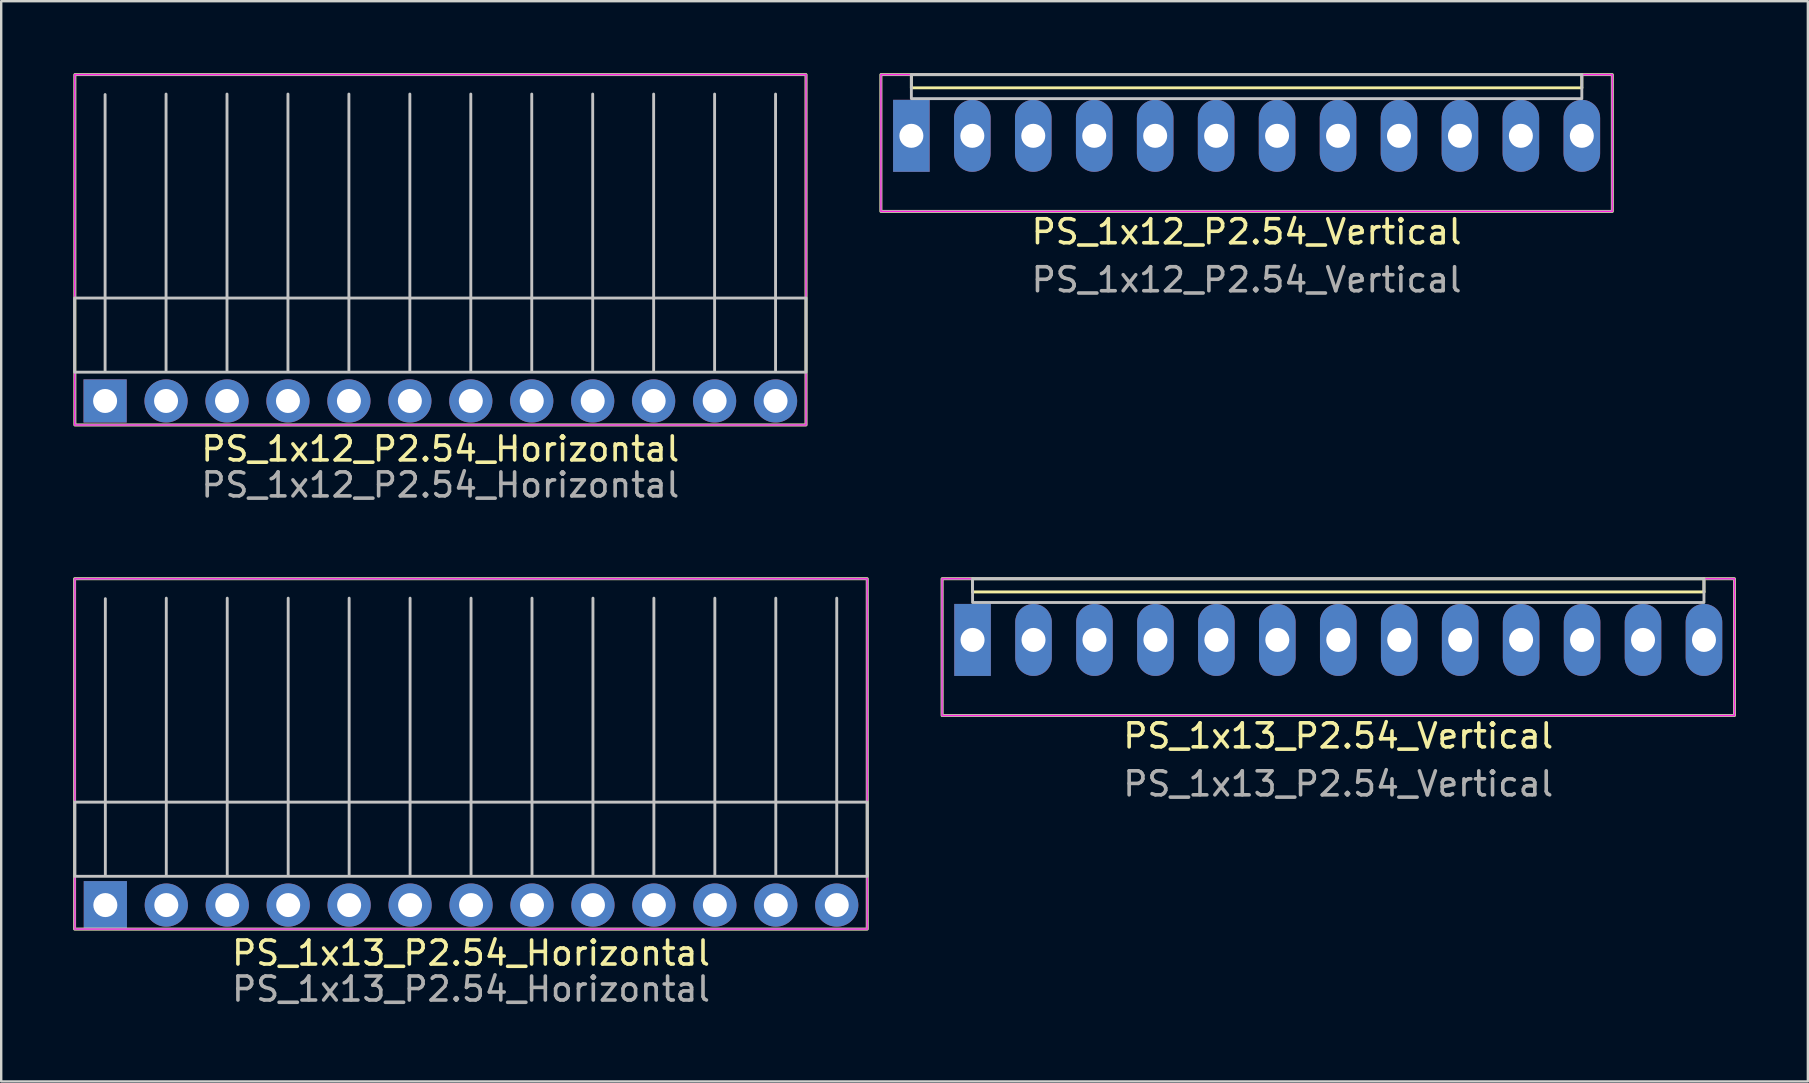
<source format=kicad_pcb>
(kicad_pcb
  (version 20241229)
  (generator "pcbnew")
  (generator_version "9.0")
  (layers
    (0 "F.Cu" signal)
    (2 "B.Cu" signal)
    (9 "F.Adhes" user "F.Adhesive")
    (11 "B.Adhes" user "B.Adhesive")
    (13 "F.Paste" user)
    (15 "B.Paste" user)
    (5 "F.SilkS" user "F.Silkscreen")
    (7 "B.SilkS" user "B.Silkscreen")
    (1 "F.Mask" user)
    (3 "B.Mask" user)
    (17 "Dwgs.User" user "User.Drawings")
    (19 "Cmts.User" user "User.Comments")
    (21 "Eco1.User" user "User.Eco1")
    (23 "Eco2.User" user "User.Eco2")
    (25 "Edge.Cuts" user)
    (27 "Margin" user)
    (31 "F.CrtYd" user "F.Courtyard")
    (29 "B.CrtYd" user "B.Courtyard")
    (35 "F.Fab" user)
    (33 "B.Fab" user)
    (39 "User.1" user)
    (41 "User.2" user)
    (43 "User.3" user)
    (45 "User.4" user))
  (footprint "PS_1x12_P2.54_Horizontal"
    (layer "F.Cu")
    (at 1.33 13.66)
    (property "Reference" "PS_1x12_P2.54_Horizontal" (at 13.97 2 0) (layer "F.SilkS") (effects (font (size 1 1) (thickness 0.15))))
    (attr through_hole)
    (fp_rect (start -1.26 -13.6) (end 29.21 1) (stroke (width 0.12) (type default)) (fill no) (layer "F.SilkS"))
    (fp_line (start 0 -1.27) (end 0 -12.77) (stroke (width 0.12) (type solid)) (layer "Dwgs.User"))
    (fp_line (start 2.54 -1.27) (end 2.54 -12.79) (stroke (width 0.12) (type solid)) (layer "Dwgs.User"))
    (fp_line (start 5.08 -1.27) (end 5.08 -12.79) (stroke (width 0.12) (type solid)) (layer "Dwgs.User"))
    (fp_line (start 7.62 -1.27) (end 7.62 -12.79) (stroke (width 0.12) (type solid)) (layer "Dwgs.User"))
    (fp_line (start 10.16 -1.27) (end 10.16 -12.79) (stroke (width 0.12) (type solid)) (layer "Dwgs.User"))
    (fp_line (start 12.7 -1.27) (end 12.7 -12.79) (stroke (width 0.12) (type solid)) (layer "Dwgs.User"))
    (fp_line (start 15.24 -1.27) (end 15.24 -12.79) (stroke (width 0.12) (type solid)) (layer "Dwgs.User"))
    (fp_line (start 17.78 -1.27) (end 17.78 -12.79) (stroke (width 0.12) (type solid)) (layer "Dwgs.User"))
    (fp_line (start 20.32 -1.27) (end 20.32 -12.79) (stroke (width 0.12) (type solid)) (layer "Dwgs.User"))
    (fp_line (start 22.86 -1.27) (end 22.86 -12.79) (stroke (width 0.12) (type solid)) (layer "Dwgs.User"))
    (fp_line (start 25.4 -1.27) (end 25.4 -12.79) (stroke (width 0.12) (type solid)) (layer "Dwgs.User"))
    (fp_line (start 27.94 -1.27) (end 27.94 -12.79) (stroke (width 0.12) (type solid)) (layer "Dwgs.User"))
    (fp_rect (start -1.27 -4.29) (end 29.21 -1.2) (stroke (width 0.12) (type solid)) (fill no) (layer "Dwgs.User"))
    (fp_rect (start -1.27 -13.6) (end 29.21 1) (stroke (width 0.05) (type default)) (fill no) (layer "F.CrtYd"))
    (fp_rect (start -1.26 -13.6) (end 29.21 1) (stroke (width 0.1) (type default)) (fill no) (layer "F.Fab"))
    (fp_text user "${REFERENCE}" (at 13.97 3.5 0) (layer "F.Fab") (effects (font (size 1 1) (thickness 0.15))))
    (pad "1" thru_hole rect (at 0 0) (size 1.8 1.8) (drill 1) (layers "*.Cu" "*.Mask"))
    (pad "2" thru_hole circle (at 2.54 0) (size 1.8 1.8) (drill 1) (layers "*.Cu" "*.Mask"))
    (pad "3" thru_hole circle (at 5.08 0) (size 1.8 1.8) (drill 1) (layers "*.Cu" "*.Mask"))
    (pad "4" thru_hole circle (at 7.62 0) (size 1.8 1.8) (drill 1) (layers "*.Cu" "*.Mask"))
    (pad "5" thru_hole circle (at 10.16 0) (size 1.8 1.8) (drill 1) (layers "*.Cu" "*.Mask"))
    (pad "6" thru_hole circle (at 12.7 0) (size 1.8 1.8) (drill 1) (layers "*.Cu" "*.Mask"))
    (pad "7" thru_hole circle (at 15.24 0) (size 1.8 1.8) (drill 1) (layers "*.Cu" "*.Mask"))
    (pad "8" thru_hole circle (at 17.78 0) (size 1.8 1.8) (drill 1) (layers "*.Cu" "*.Mask"))
    (pad "9" thru_hole circle (at 20.32 0) (size 1.8 1.8) (drill 1) (layers "*.Cu" "*.Mask"))
    (pad "10" thru_hole circle (at 22.86 0) (size 1.8 1.8) (drill 1) (layers "*.Cu" "*.Mask"))
    (pad "11" thru_hole circle (at 25.4 0) (size 1.8 1.8) (drill 1) (layers "*.Cu" "*.Mask"))
    (pad "12" thru_hole circle (at 27.94 0) (size 1.8 1.8) (drill 1) (layers "*.Cu" "*.Mask")))
  (footprint "PS_1x13_P2.54_Horizontal"
    (layer "F.Cu")
    (at 1.34 34.668)
    (property "Reference" "PS_1x13_P2.54_Horizontal" (at 15.24 2 0) (layer "F.SilkS") (effects (font (size 1 1) (thickness 0.15))))
    (attr through_hole)
    (fp_rect (start -1.28 -13.6) (end 31.75 1) (stroke (width 0.12) (type default)) (fill no) (layer "F.SilkS"))
    (fp_line (start 0 -1.27) (end 0 -12.77) (stroke (width 0.12) (type solid)) (layer "Dwgs.User"))
    (fp_line (start 2.54 -1.27) (end 2.54 -12.79) (stroke (width 0.12) (type solid)) (layer "Dwgs.User"))
    (fp_line (start 5.08 -1.27) (end 5.08 -12.79) (stroke (width 0.12) (type solid)) (layer "Dwgs.User"))
    (fp_line (start 7.62 -1.27) (end 7.62 -12.79) (stroke (width 0.12) (type solid)) (layer "Dwgs.User"))
    (fp_line (start 10.16 -1.27) (end 10.16 -12.79) (stroke (width 0.12) (type solid)) (layer "Dwgs.User"))
    (fp_line (start 12.7 -1.27) (end 12.7 -12.79) (stroke (width 0.12) (type solid)) (layer "Dwgs.User"))
    (fp_line (start 15.24 -1.27) (end 15.24 -12.79) (stroke (width 0.12) (type solid)) (layer "Dwgs.User"))
    (fp_line (start 17.78 -1.27) (end 17.78 -12.79) (stroke (width 0.12) (type solid)) (layer "Dwgs.User"))
    (fp_line (start 20.32 -1.27) (end 20.32 -12.79) (stroke (width 0.12) (type solid)) (layer "Dwgs.User"))
    (fp_line (start 22.86 -1.27) (end 22.86 -12.79) (stroke (width 0.12) (type solid)) (layer "Dwgs.User"))
    (fp_line (start 25.4 -1.27) (end 25.4 -12.79) (stroke (width 0.12) (type solid)) (layer "Dwgs.User"))
    (fp_line (start 27.94 -1.27) (end 27.94 -12.79) (stroke (width 0.12) (type solid)) (layer "Dwgs.User"))
    (fp_line (start 30.48 -1.27) (end 30.48 -12.79) (stroke (width 0.12) (type solid)) (layer "Dwgs.User"))
    (fp_rect (start -1.27 -4.29) (end 31.75 -1.2) (stroke (width 0.12) (type solid)) (fill no) (layer "Dwgs.User"))
    (fp_rect (start -1.27 -13.6) (end 31.75 1) (stroke (width 0.05) (type default)) (fill no) (layer "F.CrtYd"))
    (fp_rect (start -1.28 -13.6) (end 31.75 1) (stroke (width 0.1) (type default)) (fill no) (layer "F.Fab"))
    (fp_text user "${REFERENCE}" (at 15.24 3.5 0) (layer "F.Fab") (effects (font (size 1 1) (thickness 0.15))))
    (pad "1" thru_hole rect (at 0 0) (size 1.8 2) (drill 1) (layers "*.Cu" "*.Mask"))
    (pad "2" thru_hole circle (at 2.54 0) (size 1.8 1.8) (drill 1) (layers "*.Cu" "*.Mask"))
    (pad "3" thru_hole circle (at 5.08 0) (size 1.8 1.8) (drill 1) (layers "*.Cu" "*.Mask"))
    (pad "4" thru_hole circle (at 7.62 0) (size 1.8 1.8) (drill 1) (layers "*.Cu" "*.Mask"))
    (pad "5" thru_hole circle (at 10.16 0) (size 1.8 1.8) (drill 1) (layers "*.Cu" "*.Mask"))
    (pad "6" thru_hole circle (at 12.7 0) (size 1.8 1.8) (drill 1) (layers "*.Cu" "*.Mask"))
    (pad "7" thru_hole circle (at 15.24 0) (size 1.8 1.8) (drill 1) (layers "*.Cu" "*.Mask"))
    (pad "8" thru_hole circle (at 17.78 0) (size 1.8 1.8) (drill 1) (layers "*.Cu" "*.Mask"))
    (pad "9" thru_hole circle (at 20.32 0) (size 1.8 1.8) (drill 1) (layers "*.Cu" "*.Mask"))
    (pad "10" thru_hole circle (at 22.86 0) (size 1.8 1.8) (drill 1) (layers "*.Cu" "*.Mask"))
    (pad "11" thru_hole circle (at 25.4 0) (size 1.8 1.8) (drill 1) (layers "*.Cu" "*.Mask"))
    (pad "12" thru_hole circle (at 27.94 0) (size 1.8 1.8) (drill 1) (layers "*.Cu" "*.Mask"))
    (pad "13" thru_hole circle (at 30.48 0) (size 1.8 1.8) (drill 1) (layers "*.Cu" "*.Mask")))
  (footprint "PS_1x13_P2.54_Vertical"
    (layer "F.Cu")
    (at 37.48 23.618)
    (property "Reference" "PS_1x13_P2.54_Vertical" (at 15.24 4 0) (layer "F.SilkS") (effects (font (size 1 1) (thickness 0.15))))
    (attr through_hole)
    (fp_line (start 0 -2) (end 0 -2.55) (stroke (width 0.12) (type default)) (layer "F.SilkS"))
    (fp_line (start 0 -2) (end 30.48 -2) (stroke (width 0.12) (type default)) (layer "F.SilkS"))
    (fp_line (start 30.48 -2) (end 30.48 -2.55) (stroke (width 0.12) (type default)) (layer "F.SilkS"))
    (fp_rect (start -1.27 -2.55) (end 31.75 3.15) (stroke (width 0.12) (type default)) (fill no) (layer "F.SilkS"))
    (fp_rect (start 0 -2.55) (end 30.48 -1.56) (stroke (width 0.12) (type solid)) (fill no) (layer "Dwgs.User"))
    (fp_rect (start -1.27 -2.55) (end 31.75 3.15) (stroke (width 0.05) (type default)) (fill no) (layer "F.CrtYd"))
    (fp_rect (start -1.27 -2.55) (end 31.75 3.15) (stroke (width 0.1) (type default)) (fill no) (layer "F.Fab"))
    (fp_text user "${REFERENCE}" (at 15.24 6 0) (layer "F.Fab") (effects (font (size 1 1) (thickness 0.15))))
    (pad "1" thru_hole rect (at 0 0) (size 1.524 3) (drill 1) (layers "*.Cu" "*.Mask"))
    (pad "2" thru_hole oval (at 2.54 0) (size 1.524 3) (drill 1) (layers "*.Cu" "*.Mask"))
    (pad "3" thru_hole oval (at 5.08 0) (size 1.524 3) (drill 1) (layers "*.Cu" "*.Mask"))
    (pad "4" thru_hole oval (at 7.62 0) (size 1.524 3) (drill 1) (layers "*.Cu" "*.Mask"))
    (pad "5" thru_hole oval (at 10.16 0) (size 1.524 3) (drill 1) (layers "*.Cu" "*.Mask"))
    (pad "6" thru_hole oval (at 12.7 0) (size 1.524 3) (drill 1) (layers "*.Cu" "*.Mask"))
    (pad "7" thru_hole oval (at 15.24 0) (size 1.524 3) (drill 1) (layers "*.Cu" "*.Mask"))
    (pad "8" thru_hole oval (at 17.78 0) (size 1.524 3) (drill 1) (layers "*.Cu" "*.Mask"))
    (pad "9" thru_hole oval (at 20.32 0) (size 1.524 3) (drill 1) (layers "*.Cu" "*.Mask"))
    (pad "10" thru_hole oval (at 22.86 0) (size 1.524 3) (drill 1) (layers "*.Cu" "*.Mask"))
    (pad "11" thru_hole oval (at 25.4 0) (size 1.524 3) (drill 1) (layers "*.Cu" "*.Mask"))
    (pad "12" thru_hole oval (at 27.94 0) (size 1.524 3) (drill 1) (layers "*.Cu" "*.Mask"))
    (pad "13" thru_hole oval (at 30.48 0) (size 1.524 3) (drill 1) (layers "*.Cu" "*.Mask")))
  (footprint "PS_1x12_P2.54_Vertical"
    (layer "F.Cu")
    (at 34.93 2.61)
    (property "Reference" "PS_1x12_P2.54_Vertical" (at 13.97 4 0) (layer "F.SilkS") (effects (font (size 1 1) (thickness 0.15))))
    (attr through_hole)
    (fp_line (start 0 -2) (end 0 -2.55) (stroke (width 0.12) (type default)) (layer "F.SilkS"))
    (fp_line (start 0 -2) (end 27.94 -2) (stroke (width 0.12) (type default)) (layer "F.SilkS"))
    (fp_line (start 27.94 -2) (end 27.94 -2.55) (stroke (width 0.12) (type default)) (layer "F.SilkS"))
    (fp_rect (start -1.27 -2.55) (end 29.21 3.15) (stroke (width 0.12) (type default)) (fill no) (layer "F.SilkS"))
    (fp_rect (start 0 -2.55) (end 27.94 -1.55) (stroke (width 0.12) (type solid)) (fill no) (layer "Dwgs.User"))
    (fp_rect (start -1.27 -2.55) (end 29.21 3.15) (stroke (width 0.05) (type default)) (fill no) (layer "F.CrtYd"))
    (fp_rect (start -1.27 -2.55) (end 29.21 3.15) (stroke (width 0.1) (type default)) (fill no) (layer "F.Fab"))
    (fp_text user "${REFERENCE}" (at 13.97 6 0) (layer "F.Fab") (effects (font (size 1 1) (thickness 0.15))))
    (pad "1" thru_hole rect (at 0 0) (size 1.524 3) (drill 1) (layers "*.Cu" "*.Mask"))
    (pad "2" thru_hole oval (at 2.54 0) (size 1.524 3) (drill 1) (layers "*.Cu" "*.Mask"))
    (pad "3" thru_hole oval (at 5.08 0) (size 1.524 3) (drill 1) (layers "*.Cu" "*.Mask"))
    (pad "4" thru_hole oval (at 7.62 0) (size 1.524 3) (drill 1) (layers "*.Cu" "*.Mask"))
    (pad "5" thru_hole oval (at 10.16 0) (size 1.524 3) (drill 1) (layers "*.Cu" "*.Mask"))
    (pad "6" thru_hole oval (at 12.7 0) (size 1.524 3) (drill 1) (layers "*.Cu" "*.Mask"))
    (pad "7" thru_hole oval (at 15.24 0) (size 1.524 3) (drill 1) (layers "*.Cu" "*.Mask"))
    (pad "8" thru_hole oval (at 17.78 0) (size 1.524 3) (drill 1) (layers "*.Cu" "*.Mask"))
    (pad "9" thru_hole oval (at 20.32 0) (size 1.524 3) (drill 1) (layers "*.Cu" "*.Mask"))
    (pad "10" thru_hole oval (at 22.86 0) (size 1.524 3) (drill 1) (layers "*.Cu" "*.Mask"))
    (pad "11" thru_hole oval (at 25.4 0) (size 1.524 3) (drill 1) (layers "*.Cu" "*.Mask"))
    (pad "12" thru_hole oval (at 27.94 0) (size 1.524 3) (drill 1) (layers "*.Cu" "*.Mask")))
  (gr_rect
    (start -3 -3)
    (end 72.29 42.017)
    (stroke (width 0.1) (type default))
    (fill no)
    (layer "Edge.Cuts")))
</source>
